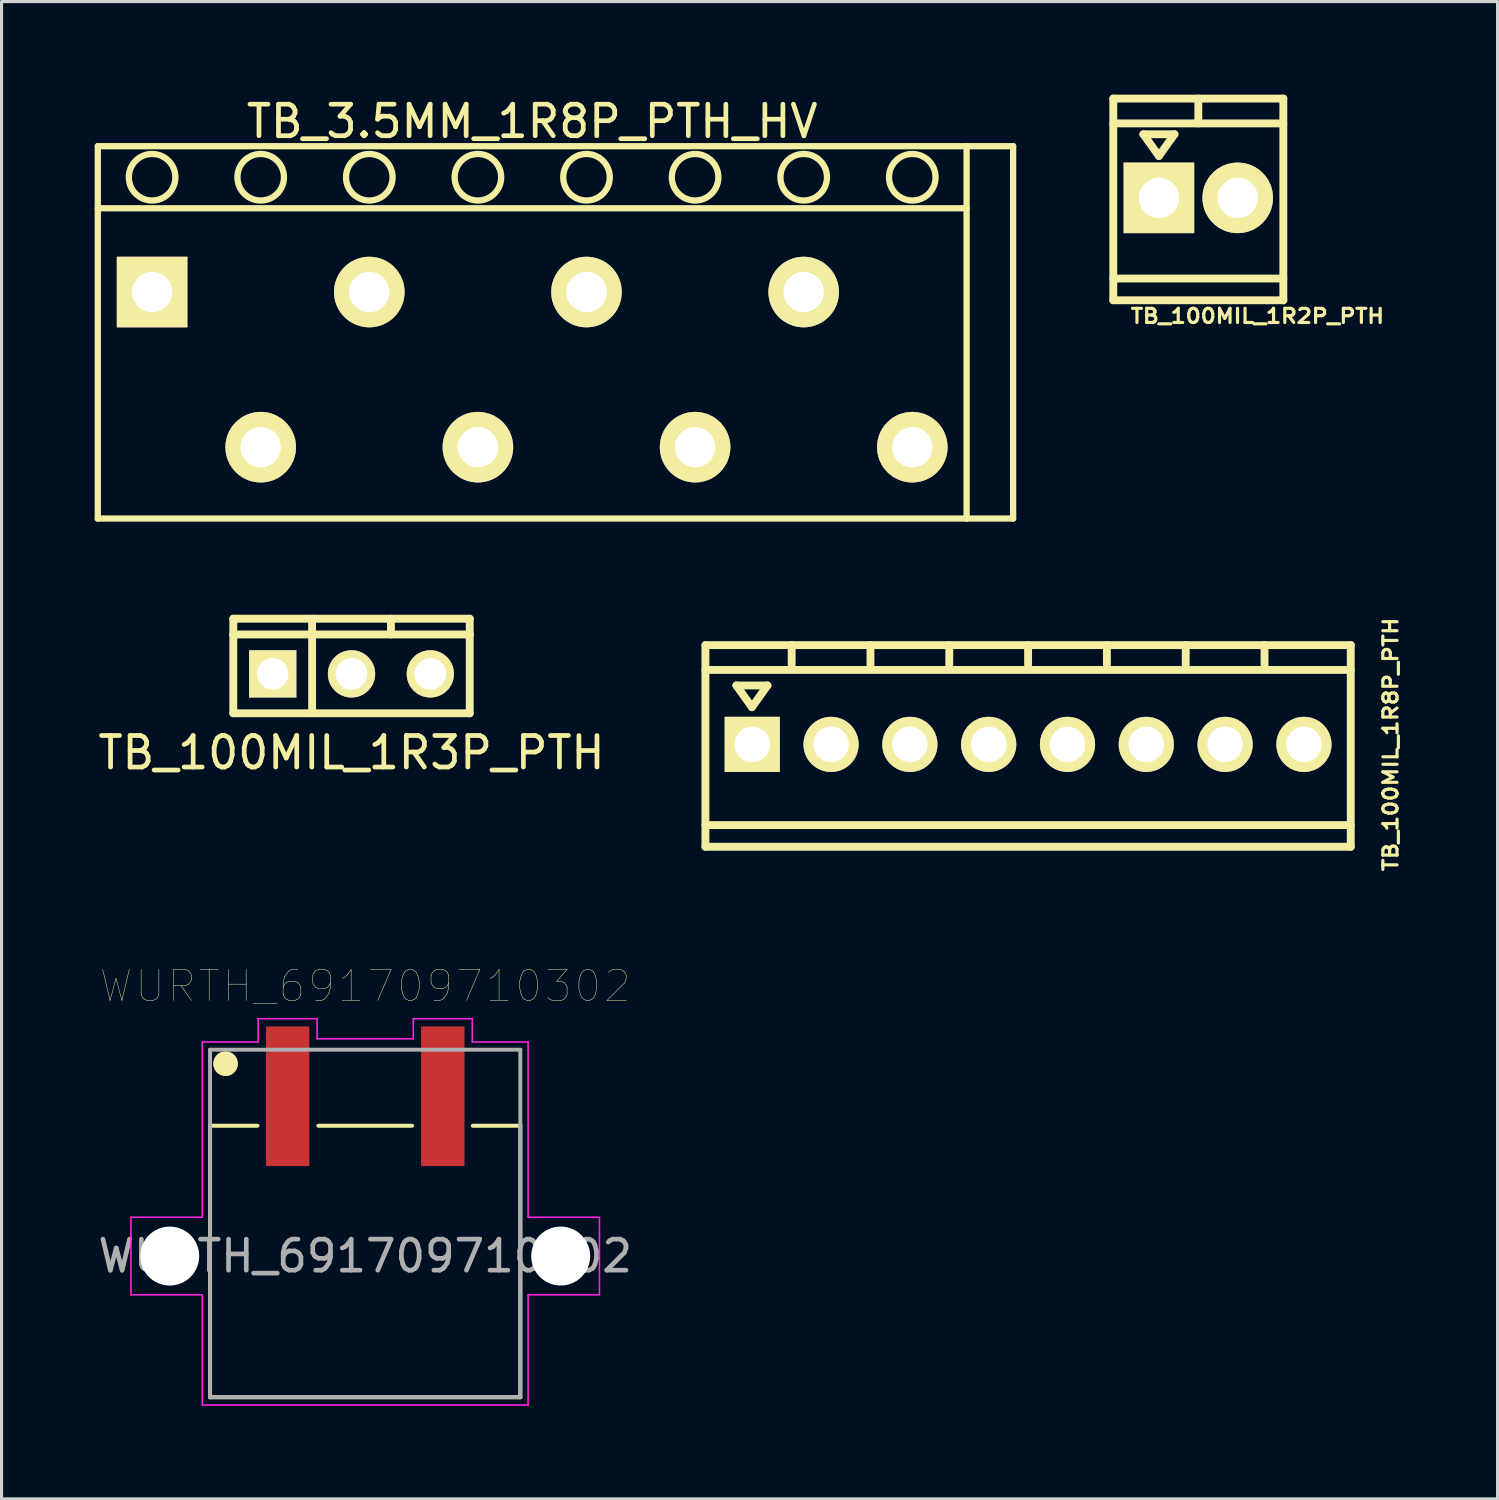
<source format=kicad_pcb>
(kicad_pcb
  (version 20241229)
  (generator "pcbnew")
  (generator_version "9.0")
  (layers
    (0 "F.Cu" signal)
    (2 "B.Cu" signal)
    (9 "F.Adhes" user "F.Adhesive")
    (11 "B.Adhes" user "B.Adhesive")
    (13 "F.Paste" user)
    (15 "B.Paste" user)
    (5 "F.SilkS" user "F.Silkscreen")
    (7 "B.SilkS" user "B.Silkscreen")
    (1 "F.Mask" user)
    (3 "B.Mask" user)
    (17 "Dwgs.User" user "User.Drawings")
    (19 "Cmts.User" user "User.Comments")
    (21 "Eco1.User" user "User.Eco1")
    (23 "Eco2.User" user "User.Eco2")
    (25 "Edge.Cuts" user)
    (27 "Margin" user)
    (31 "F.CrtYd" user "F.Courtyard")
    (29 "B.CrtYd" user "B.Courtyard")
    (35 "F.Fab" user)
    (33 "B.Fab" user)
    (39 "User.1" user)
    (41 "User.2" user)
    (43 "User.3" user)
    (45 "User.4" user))
  (footprint "TB_100MIL_1R8P_PTH"
    (layer "F.Cu")
    (at 30.084 20.941)
    (property "Reference" "TB_100MIL_1R8P_PTH" (at 11.684 0 90) (layer "F.SilkS") (effects (font (size 0.457 0.508) (thickness 0.102))))
    (attr through_hole)
    (fp_line (start -10.399 -3.2) (end -10.399 3.299) (stroke (width 0.254) (type solid)) (layer "F.SilkS"))
    (fp_line (start -10.399 -2.4) (end 10.399 -2.4) (stroke (width 0.254) (type solid)) (layer "F.SilkS"))
    (fp_line (start -10.399 2.601) (end 10.399 2.601) (stroke (width 0.254) (type solid)) (layer "F.SilkS"))
    (fp_line (start -10.399 3.299) (end 10.399 3.299) (stroke (width 0.254) (type solid)) (layer "F.SilkS"))
    (fp_line (start -9.401 -1.9) (end -8.4 -1.9) (stroke (width 0.254) (type solid)) (layer "F.SilkS"))
    (fp_line (start -8.9 -1.199) (end -9.401 -1.9) (stroke (width 0.254) (type solid)) (layer "F.SilkS"))
    (fp_line (start -8.4 -1.9) (end -8.9 -1.199) (stroke (width 0.254) (type solid)) (layer "F.SilkS"))
    (fp_line (start -7.62 -2.57) (end -7.62 -3.205) (stroke (width 0.254) (type solid)) (layer "F.SilkS"))
    (fp_line (start -5.08 -2.57) (end -5.08 -3.205) (stroke (width 0.254) (type solid)) (layer "F.SilkS"))
    (fp_line (start -2.54 -2.57) (end -2.54 -3.205) (stroke (width 0.254) (type solid)) (layer "F.SilkS"))
    (fp_line (start 0 -2.57) (end 0 -3.205) (stroke (width 0.254) (type solid)) (layer "F.SilkS"))
    (fp_line (start 2.54 -2.57) (end 2.54 -3.205) (stroke (width 0.254) (type solid)) (layer "F.SilkS"))
    (fp_line (start 5.08 -2.57) (end 5.08 -3.205) (stroke (width 0.254) (type solid)) (layer "F.SilkS"))
    (fp_line (start 7.62 -2.57) (end 7.62 -3.205) (stroke (width 0.254) (type solid)) (layer "F.SilkS"))
    (fp_line (start 10.399 -3.2) (end -10.399 -3.2) (stroke (width 0.254) (type solid)) (layer "F.SilkS"))
    (fp_line (start 10.399 3.299) (end 10.399 -3.2) (stroke (width 0.254) (type solid)) (layer "F.SilkS"))
    (pad "1" thru_hole rect (at -8.89 0) (size 1.778 1.778) (drill 1.143) (layers "*.Cu" "*.Mask" "F.SilkS"))
    (pad "2" thru_hole circle (at -6.35 0) (size 1.778 1.778) (drill 1.143) (layers "*.Cu" "*.Mask" "F.SilkS"))
    (pad "3" thru_hole circle (at -3.81 0) (size 1.778 1.778) (drill 1.143) (layers "*.Cu" "*.Mask" "F.SilkS"))
    (pad "4" thru_hole circle (at -1.27 0) (size 1.778 1.778) (drill 1.143) (layers "*.Cu" "*.Mask" "F.SilkS"))
    (pad "5" thru_hole circle (at 1.27 0) (size 1.778 1.778) (drill 1.143) (layers "*.Cu" "*.Mask" "F.SilkS"))
    (pad "6" thru_hole circle (at 3.81 0) (size 1.778 1.778) (drill 1.143) (layers "*.Cu" "*.Mask" "F.SilkS"))
    (pad "7" thru_hole circle (at 6.35 0) (size 1.778 1.778) (drill 1.143) (layers "*.Cu" "*.Mask" "F.SilkS"))
    (pad "8" thru_hole circle (at 8.89 0) (size 1.778 1.778) (drill 1.143) (layers "*.Cu" "*.Mask" "F.SilkS")))
  (footprint "WURTH_691709710302"
    (layer "F.Cu")
    (at 8.72 37.431)
    (property "Reference" "WURTH_691709710302" (at 0 -8.7 0) (layer "F.SilkS") (effects (font (size 1.001 1.001) (thickness 0.015))))
    (attr through_hole)
    (fp_line (start -5 4.55) (end -5 -4.2) (stroke (width 0.127) (type solid)) (layer "F.SilkS"))
    (fp_line (start -3.47 -4.2) (end -5 -4.2) (stroke (width 0.127) (type solid)) (layer "F.SilkS"))
    (fp_line (start -1.51 -4.2) (end 1.51 -4.2) (stroke (width 0.127) (type solid)) (layer "F.SilkS"))
    (fp_line (start 3.47 -4.2) (end 5 -4.2) (stroke (width 0.127) (type solid)) (layer "F.SilkS"))
    (fp_line (start 5 -4.2) (end 5 4.55) (stroke (width 0.127) (type solid)) (layer "F.SilkS"))
    (fp_line (start 5 4.55) (end -5 4.55) (stroke (width 0.127) (type solid)) (layer "F.SilkS"))
    (fp_circle (center -4.5 -6.2) (end -4.3 -6.2) (stroke (width 0.4) (type solid)) (fill no) (layer "F.SilkS"))
    (fp_line (start -7.55 -1.25) (end -7.55 1.25) (stroke (width 0.05) (type solid)) (layer "F.CrtYd"))
    (fp_line (start -7.55 1.25) (end -5.25 1.25) (stroke (width 0.05) (type solid)) (layer "F.CrtYd"))
    (fp_line (start -5.25 -6.9) (end -5.25 -1.25) (stroke (width 0.05) (type solid)) (layer "F.CrtYd"))
    (fp_line (start -5.25 -1.25) (end -7.55 -1.25) (stroke (width 0.05) (type solid)) (layer "F.CrtYd"))
    (fp_line (start -5.25 1.25) (end -5.25 4.8) (stroke (width 0.05) (type solid)) (layer "F.CrtYd"))
    (fp_line (start -5.25 4.8) (end 5.25 4.8) (stroke (width 0.05) (type solid)) (layer "F.CrtYd"))
    (fp_line (start -3.45 -7.65) (end -3.45 -6.9) (stroke (width 0.05) (type solid)) (layer "F.CrtYd"))
    (fp_line (start -3.45 -6.9) (end -5.25 -6.9) (stroke (width 0.05) (type solid)) (layer "F.CrtYd"))
    (fp_line (start -1.55 -7.65) (end -3.45 -7.65) (stroke (width 0.05) (type solid)) (layer "F.CrtYd"))
    (fp_line (start -1.55 -7) (end -1.55 -7.65) (stroke (width 0.05) (type solid)) (layer "F.CrtYd"))
    (fp_line (start 1.55 -7.65) (end 1.55 -7) (stroke (width 0.05) (type solid)) (layer "F.CrtYd"))
    (fp_line (start 1.55 -7) (end -1.55 -7) (stroke (width 0.05) (type solid)) (layer "F.CrtYd"))
    (fp_line (start 3.45 -7.65) (end 1.55 -7.65) (stroke (width 0.05) (type solid)) (layer "F.CrtYd"))
    (fp_line (start 3.45 -6.9) (end 3.45 -7.65) (stroke (width 0.05) (type solid)) (layer "F.CrtYd"))
    (fp_line (start 5.25 -6.9) (end 3.45 -6.9) (stroke (width 0.05) (type solid)) (layer "F.CrtYd"))
    (fp_line (start 5.25 -1.25) (end 5.25 -6.9) (stroke (width 0.05) (type solid)) (layer "F.CrtYd"))
    (fp_line (start 5.25 1.25) (end 7.55 1.25) (stroke (width 0.05) (type solid)) (layer "F.CrtYd"))
    (fp_line (start 5.25 4.8) (end 5.25 1.25) (stroke (width 0.05) (type solid)) (layer "F.CrtYd"))
    (fp_line (start 7.55 -1.25) (end 5.25 -1.25) (stroke (width 0.05) (type solid)) (layer "F.CrtYd"))
    (fp_line (start 7.55 1.25) (end 7.55 -1.25) (stroke (width 0.05) (type solid)) (layer "F.CrtYd"))
    (fp_line (start -5 -6.65) (end -5 4.55) (stroke (width 0.127) (type solid)) (layer "F.Fab"))
    (fp_line (start -5 -6.65) (end 5 -6.65) (stroke (width 0.127) (type solid)) (layer "F.Fab"))
    (fp_line (start -5 4.55) (end 5 4.55) (stroke (width 0.127) (type solid)) (layer "F.Fab"))
    (fp_line (start 5 4.55) (end 5 -6.65) (stroke (width 0.127) (type solid)) (layer "F.Fab"))
    (fp_text user "${REFERENCE}" (at 0 0 0) (layer "F.Fab") (effects (font (size 1 1) (thickness 0.15))))
    (pad "" np_thru_hole circle (at -6.3 0) (size 1.9 1.9) (drill 1.9) (layers "*.Cu" "*.Mask"))
    (pad "" np_thru_hole circle (at 6.3 0) (size 1.9 1.9) (drill 1.9) (layers "*.Cu" "*.Mask"))
    (pad "1" smd rect (at -2.5 -5.15) (size 1.4 4.5) (layers "F.Cu" "F.Mask" "F.Paste"))
    (pad "2" smd rect (at 2.5 -5.15) (size 1.4 4.5) (layers "F.Cu" "F.Mask" "F.Paste")))
  (footprint "TB_100MIL_1R3P_PTH"
    (layer "F.Cu")
    (at 8.279 18.668)
    (property "Reference" "TB_100MIL_1R3P_PTH" (at 0 2.54 0) (layer "F.SilkS") (effects (font (size 1.016 1.016) (thickness 0.152))))
    (attr through_hole)
    (fp_line (start -3.81 -1.778) (end 3.81 -1.778) (stroke (width 0.254) (type solid)) (layer "F.SilkS"))
    (fp_line (start -3.81 -1.27) (end -3.81 -1.778) (stroke (width 0.254) (type solid)) (layer "F.SilkS"))
    (fp_line (start -3.81 -1.27) (end 3.81 -1.27) (stroke (width 0.254) (type solid)) (layer "F.SilkS"))
    (fp_line (start -3.81 1.27) (end -3.81 -1.27) (stroke (width 0.254) (type solid)) (layer "F.SilkS"))
    (fp_line (start -1.27 -1.778) (end -1.27 -1.27) (stroke (width 0.254) (type solid)) (layer "F.SilkS"))
    (fp_line (start -1.27 -1.27) (end -1.27 1.27) (stroke (width 0.254) (type solid)) (layer "F.SilkS"))
    (fp_line (start 1.27 -1.778) (end 1.27 -1.27) (stroke (width 0.254) (type solid)) (layer "F.SilkS"))
    (fp_line (start 3.81 -1.778) (end 3.81 -1.27) (stroke (width 0.254) (type solid)) (layer "F.SilkS"))
    (fp_line (start 3.81 -1.27) (end 3.81 1.27) (stroke (width 0.254) (type solid)) (layer "F.SilkS"))
    (fp_line (start 3.81 1.27) (end -3.81 1.27) (stroke (width 0.254) (type solid)) (layer "F.SilkS"))
    (pad "1" thru_hole rect (at -2.54 0) (size 1.524 1.524) (drill 1.016) (layers "*.Cu" "*.Mask" "F.SilkS"))
    (pad "2" thru_hole circle (at 0 0) (size 1.524 1.524) (drill 1.016) (layers "*.Cu" "*.Mask" "F.SilkS"))
    (pad "3" thru_hole circle (at 2.54 0) (size 1.524 1.524) (drill 1.016) (layers "*.Cu" "*.Mask" "F.SilkS")))
  (footprint "TB_100MIL_1R2P_PTH"
    (layer "F.Cu")
    (at 35.57 3.327)
    (property "Reference" "TB_100MIL_1R2P_PTH" (at 1.905 3.81 180) (layer "F.SilkS") (effects (font (size 0.457 0.508) (thickness 0.102))))
    (attr through_hole)
    (fp_line (start -2.74 -3.2) (end 2.74 -3.2) (stroke (width 0.254) (type solid)) (layer "F.SilkS"))
    (fp_line (start -2.74 -2.4) (end 2.74 -2.4) (stroke (width 0.254) (type solid)) (layer "F.SilkS"))
    (fp_line (start -2.74 2.6) (end 2.74 2.6) (stroke (width 0.254) (type solid)) (layer "F.SilkS"))
    (fp_line (start -2.74 3.3) (end -2.74 -3.2) (stroke (width 0.254) (type solid)) (layer "F.SilkS"))
    (fp_line (start -1.77 -2.05) (end -1.27 -1.349) (stroke (width 0.254) (type solid)) (layer "F.SilkS"))
    (fp_line (start -1.27 -1.349) (end -0.769 -2.05) (stroke (width 0.254) (type solid)) (layer "F.SilkS"))
    (fp_line (start -0.769 -2.05) (end -1.77 -2.05) (stroke (width 0.254) (type solid)) (layer "F.SilkS"))
    (fp_line (start 0 -3.2) (end 0 -2.4) (stroke (width 0.254) (type solid)) (layer "F.SilkS"))
    (fp_line (start 2.74 -3.2) (end 2.74 3.3) (stroke (width 0.254) (type solid)) (layer "F.SilkS"))
    (fp_line (start 2.74 3.3) (end -2.74 3.3) (stroke (width 0.254) (type solid)) (layer "F.SilkS"))
    (pad "1" thru_hole rect (at -1.27 0) (size 2.275 2.275) (drill 1.3) (layers "*.Cu" "*.Mask" "F.SilkS"))
    (pad "2" thru_hole circle (at 1.27 0) (size 2.275 2.275) (drill 1.3) (layers "*.Cu" "*.Mask" "F.SilkS")))
  (footprint "TB_3.5MM_1R8P_PTH_HV"
    (layer "F.Cu")
    (at 14.102 8.862)
    (property "Reference" "TB_3.5MM_1R8P_PTH_HV" (at 0 -8 0) (layer "F.SilkS") (effects (font (size 1.016 1.016) (thickness 0.152))))
    (attr through_hole)
    (fp_line (start -14 -7.2) (end -14 4.8) (stroke (width 0.203) (type solid)) (layer "F.SilkS"))
    (fp_line (start -14 -7.2) (end 14 -7.2) (stroke (width 0.203) (type solid)) (layer "F.SilkS"))
    (fp_line (start -14 -5.2) (end 14 -5.2) (stroke (width 0.203) (type solid)) (layer "F.SilkS"))
    (fp_line (start -14 4.8) (end 14 4.8) (stroke (width 0.203) (type solid)) (layer "F.SilkS"))
    (fp_line (start 14 -7.2) (end 15.5 -7.2) (stroke (width 0.203) (type solid)) (layer "F.SilkS"))
    (fp_line (start 14 4.8) (end 14 -7.2) (stroke (width 0.203) (type solid)) (layer "F.SilkS"))
    (fp_line (start 15.5 -7.2) (end 15.5 4.8) (stroke (width 0.203) (type solid)) (layer "F.SilkS"))
    (fp_line (start 15.5 4.8) (end 14 4.8) (stroke (width 0.203) (type solid)) (layer "F.SilkS"))
    (fp_circle (center -12.25 -6.2) (end -12.25 -5.45) (stroke (width 0.203) (type solid)) (fill no) (layer "F.SilkS"))
    (fp_circle (center -8.75 -6.2) (end -8.75 -5.45) (stroke (width 0.203) (type solid)) (fill no) (layer "F.SilkS"))
    (fp_circle (center -5.25 -6.2) (end -5.25 -5.45) (stroke (width 0.203) (type solid)) (fill no) (layer "F.SilkS"))
    (fp_circle (center -1.75 -6.2) (end -1.75 -5.45) (stroke (width 0.203) (type solid)) (fill no) (layer "F.SilkS"))
    (fp_circle (center 1.75 -6.2) (end 1.75 -5.45) (stroke (width 0.203) (type solid)) (fill no) (layer "F.SilkS"))
    (fp_circle (center 5.25 -6.2) (end 5.25 -5.45) (stroke (width 0.203) (type solid)) (fill no) (layer "F.SilkS"))
    (fp_circle (center 8.75 -6.2) (end 8.75 -5.45) (stroke (width 0.203) (type solid)) (fill no) (layer "F.SilkS"))
    (fp_circle (center 12.25 -6.2) (end 12.25 -5.45) (stroke (width 0.203) (type solid)) (fill no) (layer "F.SilkS"))
    (pad "1" thru_hole rect (at -12.25 -2.5) (size 2.275 2.275) (drill 1.3) (layers "*.Cu" "*.Mask" "F.SilkS"))
    (pad "2" thru_hole circle (at -8.75 2.5) (size 2.275 2.275) (drill 1.3) (layers "*.Cu" "*.Mask" "F.SilkS"))
    (pad "3" thru_hole circle (at -5.25 -2.5) (size 2.275 2.275) (drill 1.3) (layers "*.Cu" "*.Mask" "F.SilkS"))
    (pad "4" thru_hole circle (at -1.75 2.5) (size 2.275 2.275) (drill 1.3) (layers "*.Cu" "*.Mask" "F.SilkS"))
    (pad "5" thru_hole circle (at 1.75 -2.5) (size 2.275 2.275) (drill 1.3) (layers "*.Cu" "*.Mask" "F.SilkS"))
    (pad "6" thru_hole circle (at 5.25 2.5) (size 2.275 2.275) (drill 1.3) (layers "*.Cu" "*.Mask" "F.SilkS"))
    (pad "7" thru_hole circle (at 8.75 -2.5) (size 2.275 2.275) (drill 1.3) (layers "*.Cu" "*.Mask" "F.SilkS"))
    (pad "8" thru_hole circle (at 12.25 2.5) (size 2.275 2.275) (drill 1.3) (layers "*.Cu" "*.Mask" "F.SilkS")))
  (gr_rect
    (start -3 -3)
    (end 45.214 45.256)
    (stroke (width 0.1) (type default))
    (fill no)
    (layer "Edge.Cuts")))
</source>
